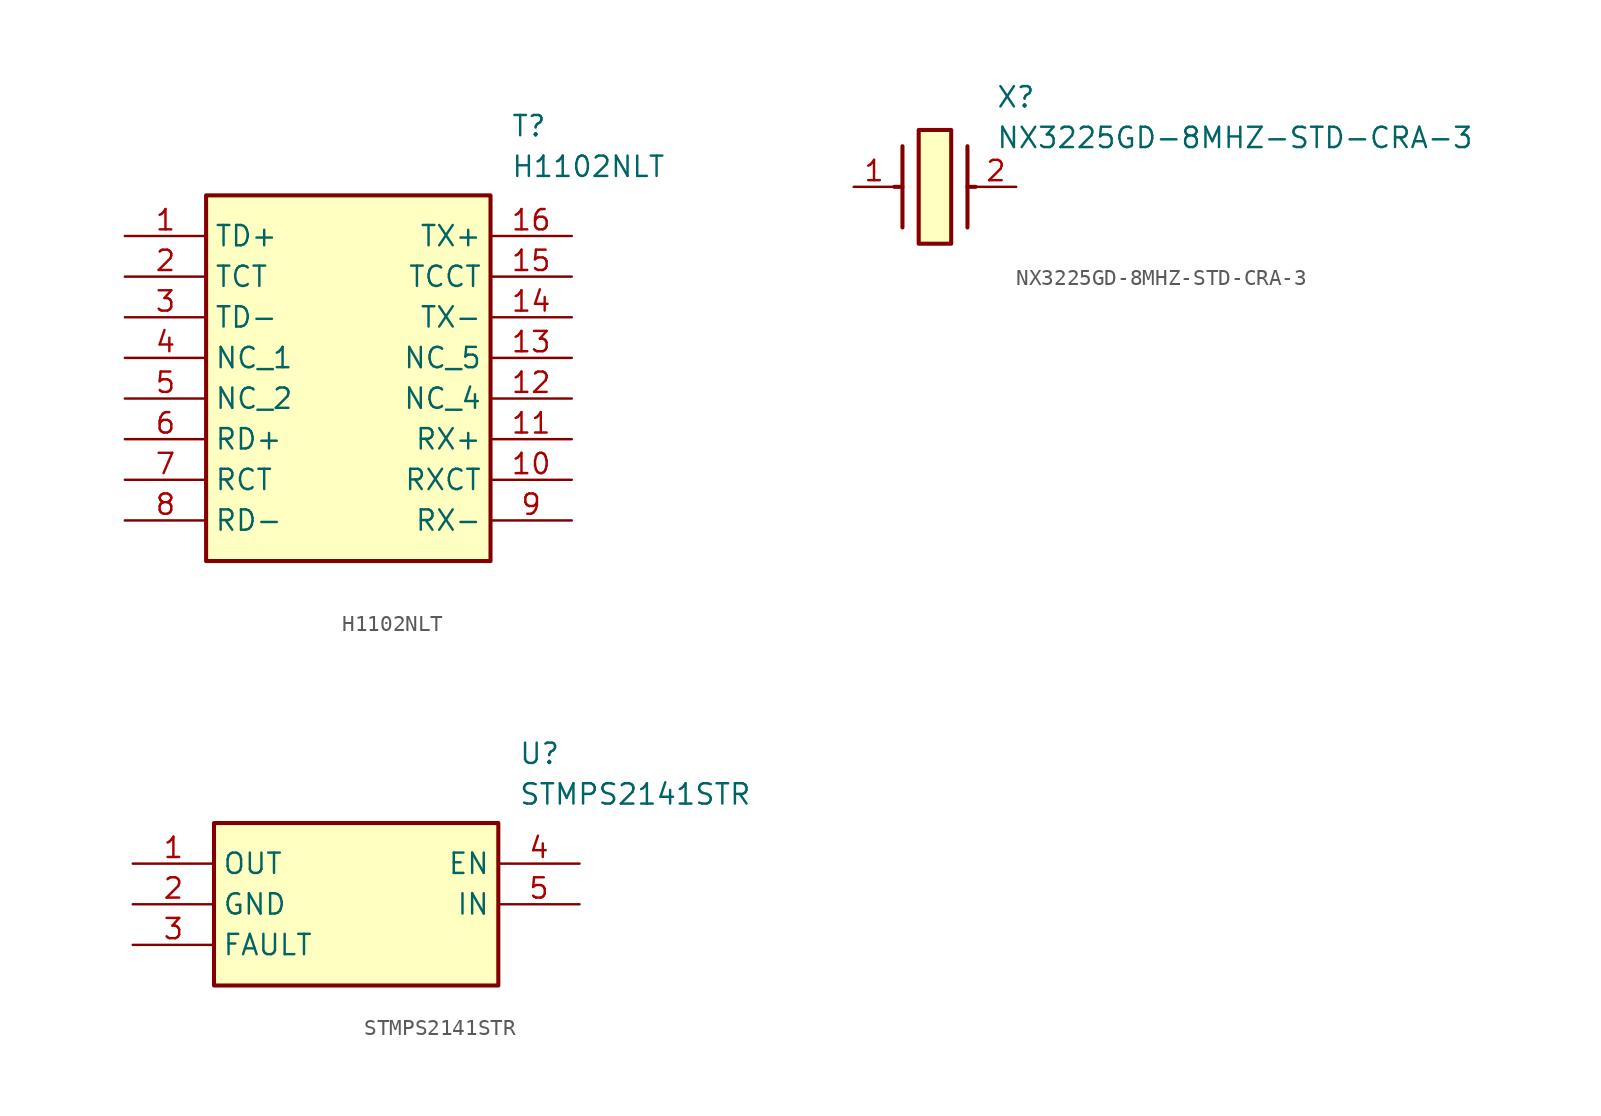
<source format=kicad_sym>
(kicad_symbol_lib
  (version 20220914)
  (generator kicad_symbol_editor)
  (symbol "H1102NLT"
    (property "Reference" "T"
      (at 24.13 7.62 0)
      (effects (font (size 1.27 1.27)) (justify left top)))
    (property "Value" "H1102NLT"
      (at 24.13 5.08 0)
      (effects (font (size 1.27 1.27)) (justify left top)))
    (symbol "H1102NLT_1_1"
      (rectangle (start 5.08 2.54) (end 22.86 -20.32) (stroke (width 0.254) (type default)) (fill (type background)))
      (pin passive line (at 0 0 0) (length 5.08) (name "TD+" (effects (font (size 1.27 1.27)))) (number "1" (effects (font (size 1.27 1.27)))))
      (pin passive line (at 27.94 -15.24 180) (length 5.08) (name "RXCT" (effects (font (size 1.27 1.27)))) (number "10" (effects (font (size 1.27 1.27)))))
      (pin passive line (at 27.94 -12.7 180) (length 5.08) (name "RX+" (effects (font (size 1.27 1.27)))) (number "11" (effects (font (size 1.27 1.27)))))
      (pin passive line (at 27.94 -10.16 180) (length 5.08) (name "NC_4" (effects (font (size 1.27 1.27)))) (number "12" (effects (font (size 1.27 1.27)))))
      (pin passive line (at 27.94 -7.62 180) (length 5.08) (name "NC_5" (effects (font (size 1.27 1.27)))) (number "13" (effects (font (size 1.27 1.27)))))
      (pin passive line (at 27.94 -5.08 180) (length 5.08) (name "TX-" (effects (font (size 1.27 1.27)))) (number "14" (effects (font (size 1.27 1.27)))))
      (pin passive line (at 27.94 -2.54 180) (length 5.08) (name "TCCT" (effects (font (size 1.27 1.27)))) (number "15" (effects (font (size 1.27 1.27)))))
      (pin passive line (at 27.94 0 180) (length 5.08) (name "TX+" (effects (font (size 1.27 1.27)))) (number "16" (effects (font (size 1.27 1.27)))))
      (pin passive line (at 0 -2.54 0) (length 5.08) (name "TCT" (effects (font (size 1.27 1.27)))) (number "2" (effects (font (size 1.27 1.27)))))
      (pin passive line (at 0 -5.08 0) (length 5.08) (name "TD-" (effects (font (size 1.27 1.27)))) (number "3" (effects (font (size 1.27 1.27)))))
      (pin passive line (at 0 -7.62 0) (length 5.08) (name "NC_1" (effects (font (size 1.27 1.27)))) (number "4" (effects (font (size 1.27 1.27)))))
      (pin passive line (at 0 -10.16 0) (length 5.08) (name "NC_2" (effects (font (size 1.27 1.27)))) (number "5" (effects (font (size 1.27 1.27)))))
      (pin passive line (at 0 -12.7 0) (length 5.08) (name "RD+" (effects (font (size 1.27 1.27)))) (number "6" (effects (font (size 1.27 1.27)))))
      (pin passive line (at 0 -15.24 0) (length 5.08) (name "RCT" (effects (font (size 1.27 1.27)))) (number "7" (effects (font (size 1.27 1.27)))))
      (pin passive line (at 0 -17.78 0) (length 5.08) (name "RD-" (effects (font (size 1.27 1.27)))) (number "8" (effects (font (size 1.27 1.27)))))
      (pin passive line (at 27.94 -17.78 180) (length 5.08) (name "RX-" (effects (font (size 1.27 1.27)))) (number "9" (effects (font (size 1.27 1.27)))))))
  (symbol "NX3225GD-8MHZ-STD-CRA-3"
    (pin_names hide)
    (property "Reference" "X"
      (at 8.89 6.35 0)
      (effects (font (size 1.27 1.27)) (justify left top)))
    (property "Value" "NX3225GD-8MHZ-STD-CRA-3"
      (at 8.89 3.81 0)
      (effects (font (size 1.27 1.27)) (justify left top)))
    (symbol "NX3225GD-8MHZ-STD-CRA-3_1_1"
      (polyline (pts (xy 3.048 0) (xy 2.54 0)) (stroke (width 0.254) (type default)) (fill (type none)))
      (polyline (pts (xy 3.048 2.54) (xy 3.048 -2.54)) (stroke (width 0.254) (type default)) (fill (type none)))
      (polyline (pts (xy 7.112 0) (xy 7.62 0)) (stroke (width 0.254) (type default)) (fill (type none)))
      (polyline (pts (xy 7.112 2.54) (xy 7.112 -2.54)) (stroke (width 0.254) (type default)) (fill (type none)))
      (rectangle (start 4.064 3.556) (end 6.096 -3.556) (stroke (width 0.254) (type default)) (fill (type background)))
      (pin passive line (at 0 0 0) (length 2.54) (name "1" (effects (font (size 1.27 1.27)))) (number "1" (effects (font (size 1.27 1.27)))))
      (pin passive line (at 10.16 0 180) (length 2.54) (name "2" (effects (font (size 1.27 1.27)))) (number "2" (effects (font (size 1.27 1.27)))))))
  (symbol "STMPS2141STR"
    (property "Reference" "U"
      (at 24.13 7.62 0)
      (effects (font (size 1.27 1.27)) (justify left top)))
    (property "Value" "STMPS2141STR"
      (at 24.13 5.08 0)
      (effects (font (size 1.27 1.27)) (justify left top)))
    (symbol "STMPS2141STR_1_1"
      (rectangle (start 5.08 2.54) (end 22.86 -7.62) (stroke (width 0.254) (type default)) (fill (type background)))
      (pin passive line (at 0 0 0) (length 5.08) (name "OUT" (effects (font (size 1.27 1.27)))) (number "1" (effects (font (size 1.27 1.27)))))
      (pin passive line (at 0 -2.54 0) (length 5.08) (name "GND" (effects (font (size 1.27 1.27)))) (number "2" (effects (font (size 1.27 1.27)))))
      (pin passive line (at 0 -5.08 0) (length 5.08) (name "FAULT" (effects (font (size 1.27 1.27)))) (number "3" (effects (font (size 1.27 1.27)))))
      (pin passive line (at 27.94 0 180) (length 5.08) (name "EN" (effects (font (size 1.27 1.27)))) (number "4" (effects (font (size 1.27 1.27)))))
      (pin passive line (at 27.94 -2.54 180) (length 5.08) (name "IN" (effects (font (size 1.27 1.27)))) (number "5" (effects (font (size 1.27 1.27))))))))
</source>
